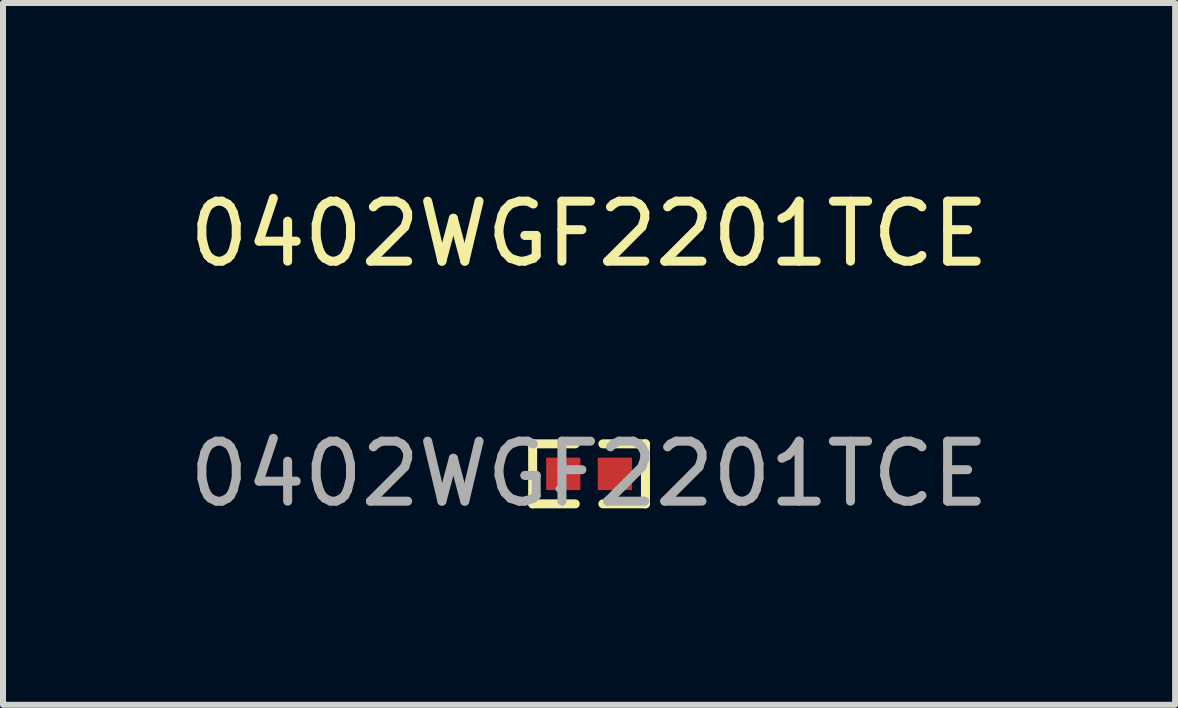
<source format=kicad_pcb>
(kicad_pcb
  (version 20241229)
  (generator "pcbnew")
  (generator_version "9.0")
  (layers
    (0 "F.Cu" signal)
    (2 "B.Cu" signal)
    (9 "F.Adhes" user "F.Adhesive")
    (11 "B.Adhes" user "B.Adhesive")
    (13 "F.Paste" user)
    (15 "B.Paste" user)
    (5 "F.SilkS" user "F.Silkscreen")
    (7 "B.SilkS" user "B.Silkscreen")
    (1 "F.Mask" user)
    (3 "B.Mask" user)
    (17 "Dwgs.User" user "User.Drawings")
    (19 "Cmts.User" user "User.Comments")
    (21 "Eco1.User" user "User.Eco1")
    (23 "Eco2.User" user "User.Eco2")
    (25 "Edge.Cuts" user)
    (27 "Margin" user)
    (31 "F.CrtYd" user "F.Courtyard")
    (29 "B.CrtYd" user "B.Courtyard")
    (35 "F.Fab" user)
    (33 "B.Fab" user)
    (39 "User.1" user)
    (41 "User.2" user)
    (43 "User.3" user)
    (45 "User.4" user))
  (footprint "0402WGF2201TCE"
    (layer "F.Cu")
    (at 6.768 4.848)
    (property "Reference" "0402WGF2201TCE" (at 0 -4 0) (layer "F.SilkS") (effects (font (size 1 1) (thickness 0.15))))
    (attr smd)
    (fp_line (start -0.94 -0.5) (end -0.23 -0.5) (stroke (width 0.15) (type solid)) (layer "F.SilkS"))
    (fp_line (start -0.94 0.5) (end -0.94 -0.5) (stroke (width 0.15) (type solid)) (layer "F.SilkS"))
    (fp_line (start -0.23 0.5) (end -0.94 0.5) (stroke (width 0.15) (type solid)) (layer "F.SilkS"))
    (fp_line (start 0.23 0.5) (end 0.94 0.5) (stroke (width 0.15) (type solid)) (layer "F.SilkS"))
    (fp_line (start 0.94 -0.5) (end 0.23 -0.5) (stroke (width 0.15) (type solid)) (layer "F.SilkS"))
    (fp_line (start 0.94 0.5) (end 0.94 -0.5) (stroke (width 0.15) (type solid)) (layer "F.SilkS"))
    (fp_circle (center -0.5 0.25) (end -0.47 0.25) (stroke (width 0.06) (type solid)) (fill no) (layer "F.Fab"))
    (fp_text user "${REFERENCE}" (at 0 0 0) (layer "F.Fab") (effects (font (size 1 1) (thickness 0.15))))
    (pad "1" smd rect (at -0.43 0) (size 0.57 0.54) (layers "F.Cu" "F.Mask" "F.Paste"))
    (pad "2" smd rect (at 0.43 0) (size 0.57 0.54) (layers "F.Cu" "F.Mask" "F.Paste")))
  (gr_rect
    (start -3 -3)
    (end 16.536 8.697)
    (stroke (width 0.1) (type default))
    (fill no)
    (layer "Edge.Cuts")))
</source>
